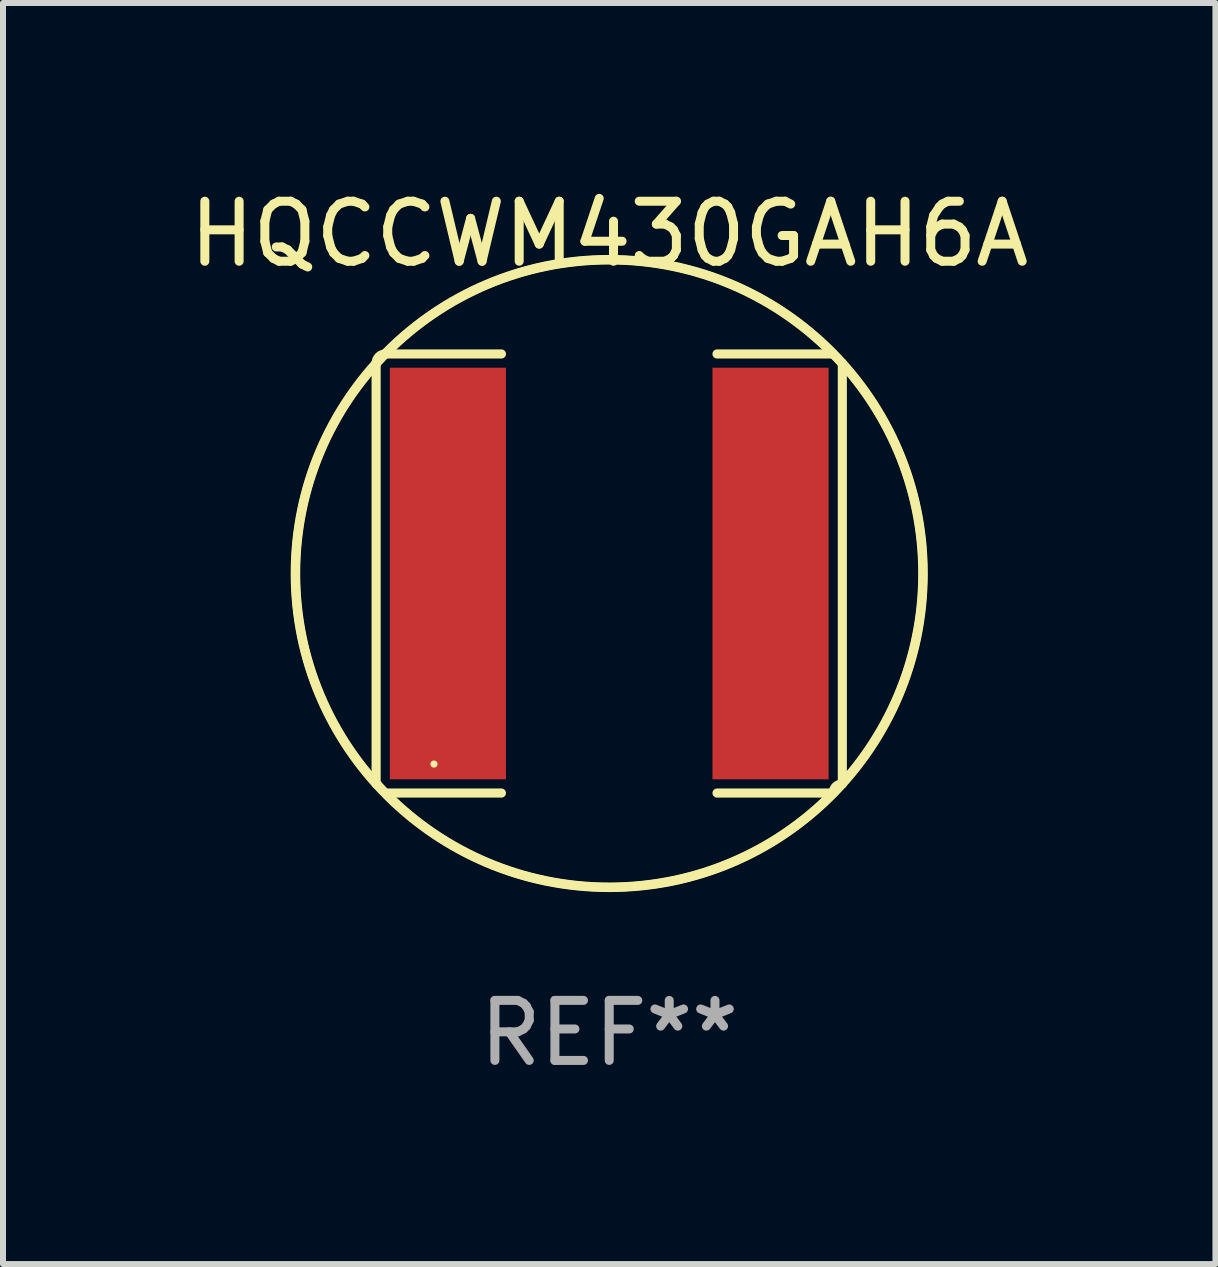
<source format=kicad_pcb>
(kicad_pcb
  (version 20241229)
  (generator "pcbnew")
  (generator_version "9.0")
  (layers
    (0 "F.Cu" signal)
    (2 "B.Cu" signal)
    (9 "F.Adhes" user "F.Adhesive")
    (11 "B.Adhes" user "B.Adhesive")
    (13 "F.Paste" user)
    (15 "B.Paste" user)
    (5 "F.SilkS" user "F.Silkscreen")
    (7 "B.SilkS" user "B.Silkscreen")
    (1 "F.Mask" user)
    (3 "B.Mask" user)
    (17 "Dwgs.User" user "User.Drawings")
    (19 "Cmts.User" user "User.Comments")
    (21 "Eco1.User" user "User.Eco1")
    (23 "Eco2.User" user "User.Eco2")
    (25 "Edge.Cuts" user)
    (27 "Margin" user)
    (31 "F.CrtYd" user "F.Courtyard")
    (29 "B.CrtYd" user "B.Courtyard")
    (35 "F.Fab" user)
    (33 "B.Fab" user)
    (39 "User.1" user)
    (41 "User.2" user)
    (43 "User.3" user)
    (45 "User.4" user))
  (footprint "HQCCWM430GAH6A"
    (layer "F.Cu")
    (at 7.101 6.506)
    (property "Reference" "HQCCWM430GAH6A" (at 0 -5.658 0) (layer "F.SilkS") (effects (font (size 1 1) (thickness 0.15))))
    (attr through_hole)
    (fp_line (start -3.884 -3.505) (end -3.884 3.505) (stroke (width 0.152) (type solid)) (layer "F.SilkS"))
    (fp_line (start -3.731 3.658) (end -1.796 3.658) (stroke (width 0.152) (type solid)) (layer "F.SilkS"))
    (fp_line (start -1.796 -3.658) (end -3.731 -3.658) (stroke (width 0.152) (type solid)) (layer "F.SilkS"))
    (fp_line (start 1.796 -3.658) (end 3.731 -3.658) (stroke (width 0.152) (type solid)) (layer "F.SilkS"))
    (fp_line (start 3.731 3.658) (end 1.796 3.658) (stroke (width 0.152) (type solid)) (layer "F.SilkS"))
    (fp_line (start 3.884 -3.505) (end 3.884 3.505) (stroke (width 0.152) (type solid)) (layer "F.SilkS"))
    (fp_arc (start -3.8836 -3.505199) (mid -3.838963 -3.612963) (end -3.731199 -3.6576) (stroke (width 0.1524) (type solid)) (layer "F.SilkS"))
    (fp_arc (start -3.883599 3.505199) (mid 3.883577 -3.505177) (end -3.883599 3.505199) (stroke (width 0.1524) (type solid)) (layer "F.SilkS"))
    (fp_arc (start 3.731198 3.6576) (mid 3.775835 3.549836) (end 3.883599 3.505199) (stroke (width 0.1524) (type solid)) (layer "F.SilkS"))
    (fp_arc (start 3.731199 -3.6576) (mid -3.731221 3.657622) (end 3.731199 -3.6576) (stroke (width 0.1524) (type solid)) (layer "F.SilkS"))
    (fp_circle (center -2.92 3.175) (end -2.89 3.175) (stroke (width 0.06) (type solid)) (fill no) (layer "F.SilkS"))
    (fp_text user "REF**" (at 0 7.658 0) (layer "F.Fab") (effects (font (size 1 1) (thickness 0.15))))
    (pad "1" smd rect (at -2.688 0) (size 1.935 6.858) (layers "F.Cu" "F.Mask" "F.Paste"))
    (pad "2" smd rect (at 2.688 0) (size 1.935 6.858) (layers "F.Cu" "F.Mask" "F.Paste")))
  (gr_rect
    (start -3 -3)
    (end 17.202 18.012)
    (stroke (width 0.1) (type default))
    (fill no)
    (layer "Edge.Cuts")))
</source>
